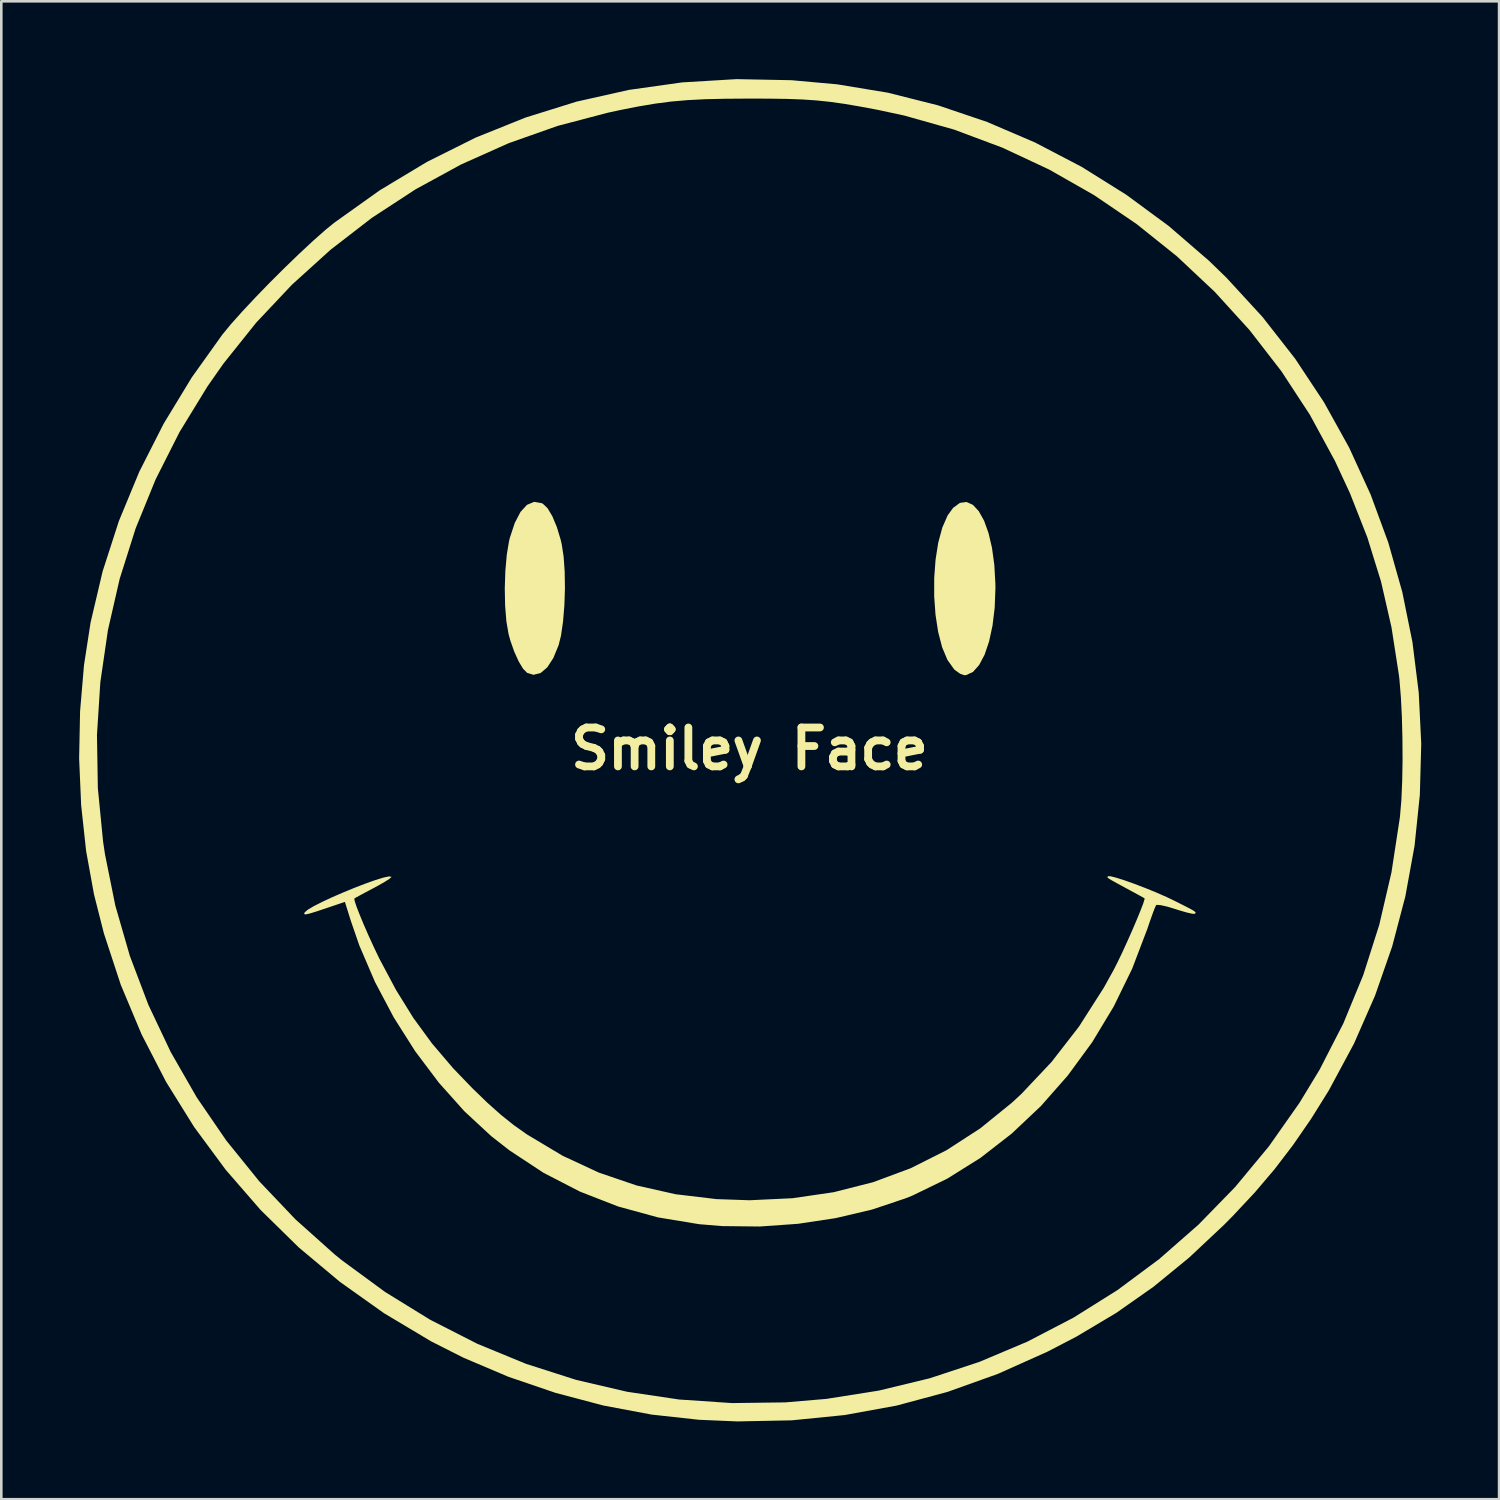
<source format=kicad_pcb>
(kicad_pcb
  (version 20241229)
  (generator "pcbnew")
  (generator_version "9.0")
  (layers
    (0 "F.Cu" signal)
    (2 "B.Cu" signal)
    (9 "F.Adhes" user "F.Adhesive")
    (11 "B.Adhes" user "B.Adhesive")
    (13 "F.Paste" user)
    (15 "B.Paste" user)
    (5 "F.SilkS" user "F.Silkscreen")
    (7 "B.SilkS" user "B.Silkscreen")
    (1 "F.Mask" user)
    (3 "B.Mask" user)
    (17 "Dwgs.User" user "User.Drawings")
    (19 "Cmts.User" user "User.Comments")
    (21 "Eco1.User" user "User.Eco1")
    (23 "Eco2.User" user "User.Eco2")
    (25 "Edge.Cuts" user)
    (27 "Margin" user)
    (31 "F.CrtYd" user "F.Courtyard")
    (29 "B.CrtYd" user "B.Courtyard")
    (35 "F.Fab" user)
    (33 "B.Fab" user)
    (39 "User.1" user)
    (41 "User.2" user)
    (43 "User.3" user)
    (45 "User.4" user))
  (footprint "Smiley Face"
    (layer "F.Cu")
    (at 25.837 25.809)
    (property "Reference" "Smiley Face" (at 0 0 0) (layer "F.SilkS") (effects (font (size 1.5 1.5) (thickness 0.3))))
    (attr board_only exclude_from_pos_files exclude_from_bom)
    (fp_poly (pts (xy 8.61 -9.401) (xy 8.836 -9.157) (xy 9.039 -8.792) (xy 9.21 -8.318) (xy 9.344 -7.748) (xy 9.434 -7.092) (xy 9.475 -6.364) (xy 9.477 -6.181) (xy 9.448 -5.432) (xy 9.364 -4.745) (xy 9.233 -4.137) (xy 9.059 -3.626) (xy 8.849 -3.229) (xy 8.61 -2.961) (xy 8.347 -2.841) (xy 8.279 -2.836) (xy 8.115 -2.893) (xy 7.919 -3.034) (xy 7.881 -3.07) (xy 7.627 -3.426) (xy 7.423 -3.913) (xy 7.27 -4.503) (xy 7.168 -5.165) (xy 7.117 -5.87) (xy 7.118 -6.588) (xy 7.17 -7.29) (xy 7.273 -7.945) (xy 7.429 -8.524) (xy 7.636 -8.997) (xy 7.847 -9.287) (xy 8.109 -9.478) (xy 8.365 -9.512)) (stroke (width 0) (type solid)) (fill yes) (layer "F.SilkS"))
    (fp_poly (pts (xy -8.013 -9.467) (xy -7.963 -9.443) (xy -7.783 -9.271) (xy -7.599 -8.962) (xy -7.426 -8.546) (xy -7.278 -8.055) (xy -7.24 -7.894) (xy -7.165 -7.411) (xy -7.124 -6.824) (xy -7.114 -6.181) (xy -7.136 -5.526) (xy -7.187 -4.907) (xy -7.265 -4.368) (xy -7.356 -3.999) (xy -7.56 -3.501) (xy -7.796 -3.138) (xy -8.055 -2.919) (xy -8.328 -2.852) (xy -8.573 -2.928) (xy -8.728 -3.086) (xy -8.899 -3.371) (xy -9.068 -3.745) (xy -9.217 -4.169) (xy -9.287 -4.423) (xy -9.371 -4.914) (xy -9.42 -5.519) (xy -9.433 -6.183) (xy -9.411 -6.856) (xy -9.355 -7.484) (xy -9.266 -8.016) (xy -9.239 -8.128) (xy -9.048 -8.704) (xy -8.826 -9.131) (xy -8.576 -9.403) (xy -8.303 -9.517)) (stroke (width 0) (type solid)) (fill yes) (layer "F.SilkS"))
    (fp_poly (pts (xy 13.917 4.913) (xy 14.144 4.971) (xy 14.466 5.074) (xy 14.85 5.211) (xy 15.267 5.371) (xy 15.686 5.542) (xy 16.077 5.714) (xy 16.341 5.84) (xy 16.72 6.03) (xy 16.971 6.159) (xy 17.117 6.242) (xy 17.183 6.293) (xy 17.19 6.327) (xy 17.164 6.359) (xy 17.066 6.357) (xy 16.849 6.308) (xy 16.552 6.222) (xy 16.423 6.18) (xy 16.105 6.084) (xy 15.848 6.026) (xy 15.695 6.014) (xy 15.672 6.023) (xy 15.621 6.13) (xy 15.533 6.36) (xy 15.421 6.678) (xy 15.331 6.943) (xy 14.748 8.473) (xy 14.036 9.932) (xy 13.206 11.308) (xy 12.266 12.591) (xy 11.228 13.77) (xy 10.102 14.832) (xy 8.897 15.768) (xy 7.623 16.565) (xy 6.291 17.213) (xy 6.011 17.326) (xy 4.714 17.76) (xy 3.32 18.088) (xy 1.866 18.307) (xy 0.394 18.411) (xy -1.059 18.395) (xy -1.947 18.321) (xy -3.531 18.059) (xy -5.065 17.639) (xy -6.537 17.065) (xy -7.937 16.343) (xy -9.254 15.476) (xy -9.953 14.929) (xy -10.99 13.969) (xy -11.973 12.869) (xy -12.886 11.655) (xy -13.712 10.352) (xy -14.435 8.986) (xy -15.038 7.581) (xy -15.365 6.633) (xy -15.594 5.9) (xy -16.322 6.146) (xy -16.715 6.277) (xy -16.971 6.354) (xy -17.113 6.383) (xy -17.165 6.367) (xy -17.148 6.312) (xy -17.144 6.305) (xy -17.027 6.203) (xy -16.793 6.064) (xy -16.468 5.899) (xy -16.079 5.718) (xy -15.653 5.533) (xy -15.216 5.354) (xy -14.795 5.192) (xy -14.417 5.058) (xy -14.107 4.963) (xy -13.893 4.918) (xy -13.802 4.934) (xy -13.801 4.941) (xy -13.871 5.006) (xy -14.058 5.127) (xy -14.331 5.283) (xy -14.499 5.373) (xy -14.807 5.536) (xy -15.053 5.669) (xy -15.202 5.751) (xy -15.231 5.768) (xy -15.22 5.859) (xy -15.149 6.076) (xy -15.028 6.388) (xy -14.87 6.77) (xy -14.686 7.191) (xy -14.488 7.625) (xy -14.288 8.043) (xy -14.26 8.1) (xy -13.623 9.296) (xy -12.96 10.367) (xy -12.236 11.358) (xy -11.422 12.313) (xy -10.679 13.085) (xy -10.096 13.648) (xy -9.577 14.11) (xy -9.083 14.505) (xy -8.575 14.864) (xy -8.551 14.879) (xy -7.198 15.687) (xy -5.803 16.335) (xy -4.357 16.828) (xy -2.851 17.167) (xy -1.275 17.355) (xy 0 17.399) (xy 1.655 17.321) (xy 3.243 17.089) (xy 4.763 16.703) (xy 6.212 16.164) (xy 7.588 15.473) (xy 8.89 14.63) (xy 10.116 13.636) (xy 10.482 13.296) (xy 11.641 12.068) (xy 12.697 10.706) (xy 13.653 9.209) (xy 14.041 8.509) (xy 14.197 8.2) (xy 14.376 7.826) (xy 14.564 7.414) (xy 14.751 6.993) (xy 14.922 6.592) (xy 15.066 6.241) (xy 15.171 5.967) (xy 15.223 5.8) (xy 15.224 5.762) (xy 15.143 5.716) (xy 14.947 5.608) (xy 14.672 5.459) (xy 14.52 5.376) (xy 14.178 5.191) (xy 13.96 5.07) (xy 13.84 4.997) (xy 13.795 4.955) (xy 13.798 4.928) (xy 13.814 4.911)) (stroke (width 0) (type solid)) (fill yes) (layer "F.SilkS"))
    (fp_poly (pts (xy 1.615 -25.768) (xy 3.384 -25.608) (xy 5.334 -25.286) (xy 7.263 -24.8) (xy 9.158 -24.158) (xy 11.008 -23.365) (xy 12.801 -22.428) (xy 14.522 -21.352) (xy 16.161 -20.145) (xy 17.705 -18.811) (xy 18.373 -18.164) (xy 19.769 -16.645) (xy 21.025 -15.039) (xy 22.139 -13.357) (xy 23.11 -11.607) (xy 23.938 -9.798) (xy 24.621 -7.94) (xy 25.158 -6.041) (xy 25.549 -4.111) (xy 25.792 -2.159) (xy 25.888 -0.194) (xy 25.834 1.776) (xy 25.63 3.74) (xy 25.275 5.69) (xy 24.768 7.617) (xy 24.108 9.511) (xy 23.295 11.364) (xy 22.326 13.166) (xy 21.64 14.266) (xy 20.945 15.273) (xy 20.237 16.2) (xy 19.476 17.096) (xy 18.621 18.009) (xy 18.296 18.338) (xy 16.944 19.608) (xy 15.568 20.734) (xy 14.133 21.741) (xy 12.604 22.652) (xy 11.485 23.234) (xy 9.568 24.092) (xy 7.631 24.785) (xy 5.667 25.313) (xy 3.668 25.677) (xy 1.627 25.881) (xy -0.463 25.923) (xy -1.947 25.86) (xy -3.776 25.659) (xy -5.631 25.31) (xy -7.48 24.821) (xy -9.292 24.203) (xy -11.031 23.465) (xy -12.277 22.834) (xy -14.086 21.753) (xy -15.786 20.545) (xy -17.373 19.217) (xy -18.842 17.775) (xy -20.187 16.226) (xy -21.404 14.578) (xy -22.487 12.836) (xy -23.43 11.007) (xy -24.231 9.099) (xy -24.882 7.117) (xy -25.264 5.612) (xy -25.568 3.938) (xy -25.759 2.177) (xy -25.837 0.37) (xy -25.819 -0.533) (xy -25.15 -0.533) (xy -25.116 1.515) (xy -24.915 3.569) (xy -24.841 4.064) (xy -24.442 6.044) (xy -23.883 7.981) (xy -23.169 9.866) (xy -22.307 11.687) (xy -21.304 13.435) (xy -20.164 15.1) (xy -18.894 16.67) (xy -17.501 18.135) (xy -15.99 19.486) (xy -15.712 19.711) (xy -14.047 20.933) (xy -12.304 22.007) (xy -10.491 22.931) (xy -8.616 23.703) (xy -6.689 24.32) (xy -4.717 24.78) (xy -2.71 25.079) (xy -0.675 25.216) (xy 1.377 25.189) (xy 2.958 25.055) (xy 4.978 24.736) (xy 6.949 24.259) (xy 8.862 23.627) (xy 10.71 22.847) (xy 12.486 21.923) (xy 14.182 20.86) (xy 15.791 19.664) (xy 17.304 18.338) (xy 18.715 16.89) (xy 20.015 15.323) (xy 21.197 13.642) (xy 21.971 12.366) (xy 22.886 10.583) (xy 23.652 8.724) (xy 24.27 6.785) (xy 24.74 4.765) (xy 25.062 2.662) (xy 25.071 2.582) (xy 25.122 1.978) (xy 25.154 1.25) (xy 25.168 0.444) (xy 25.163 -0.396) (xy 25.142 -1.224) (xy 25.103 -1.995) (xy 25.048 -2.665) (xy 25.029 -2.831) (xy 24.742 -4.68) (xy 24.34 -6.439) (xy 23.81 -8.149) (xy 23.142 -9.847) (xy 22.564 -11.091) (xy 21.598 -12.87) (xy 20.496 -14.554) (xy 19.269 -16.139) (xy 17.925 -17.616) (xy 16.472 -18.98) (xy 14.919 -20.224) (xy 13.275 -21.341) (xy 11.549 -22.324) (xy 9.749 -23.167) (xy 7.884 -23.864) (xy 5.963 -24.406) (xy 4.94 -24.626) (xy 4.249 -24.755) (xy 3.652 -24.857) (xy 3.111 -24.933) (xy 2.588 -24.988) (xy 2.046 -25.025) (xy 1.446 -25.047) (xy 0.751 -25.057) (xy -0.042 -25.059) (xy -0.943 -25.053) (xy -1.714 -25.035) (xy -2.394 -25) (xy -3.022 -24.945) (xy -3.637 -24.865) (xy -4.278 -24.757) (xy -4.984 -24.618) (xy -5.461 -24.515) (xy -7.398 -24.006) (xy -9.286 -23.339) (xy -11.116 -22.521) (xy -12.876 -21.56) (xy -14.557 -20.462) (xy -16.147 -19.234) (xy -17.637 -17.885) (xy -19.016 -16.421) (xy -20.273 -14.849) (xy -20.889 -13.97) (xy -21.967 -12.209) (xy -22.891 -10.38) (xy -23.66 -8.493) (xy -24.273 -6.556) (xy -24.727 -4.577) (xy -25.02 -2.567) (xy -25.15 -0.533) (xy -25.819 -0.533) (xy -25.801 -1.443) (xy -25.65 -3.222) (xy -25.396 -4.868) (xy -24.932 -6.838) (xy -24.305 -8.778) (xy -23.519 -10.679) (xy -22.58 -12.529) (xy -21.494 -14.316) (xy -20.32 -15.96) (xy -19.99 -16.361) (xy -19.558 -16.845) (xy -19.052 -17.386) (xy -18.499 -17.957) (xy -17.924 -18.53) (xy -17.356 -19.079) (xy -16.821 -19.577) (xy -16.346 -19.997) (xy -16.002 -20.277) (xy -14.248 -21.527) (xy -12.432 -22.619) (xy -10.56 -23.554) (xy -8.635 -24.328) (xy -6.662 -24.943) (xy -4.646 -25.395) (xy -2.592 -25.684) (xy -0.503 -25.809)) (stroke (width 0) (type solid)) (fill yes) (layer "F.SilkS")))
  (gr_rect
    (start -3 -3)
    (end 54.725 54.732)
    (stroke (width 0.1) (type default))
    (fill no)
    (layer "Edge.Cuts")))
</source>
